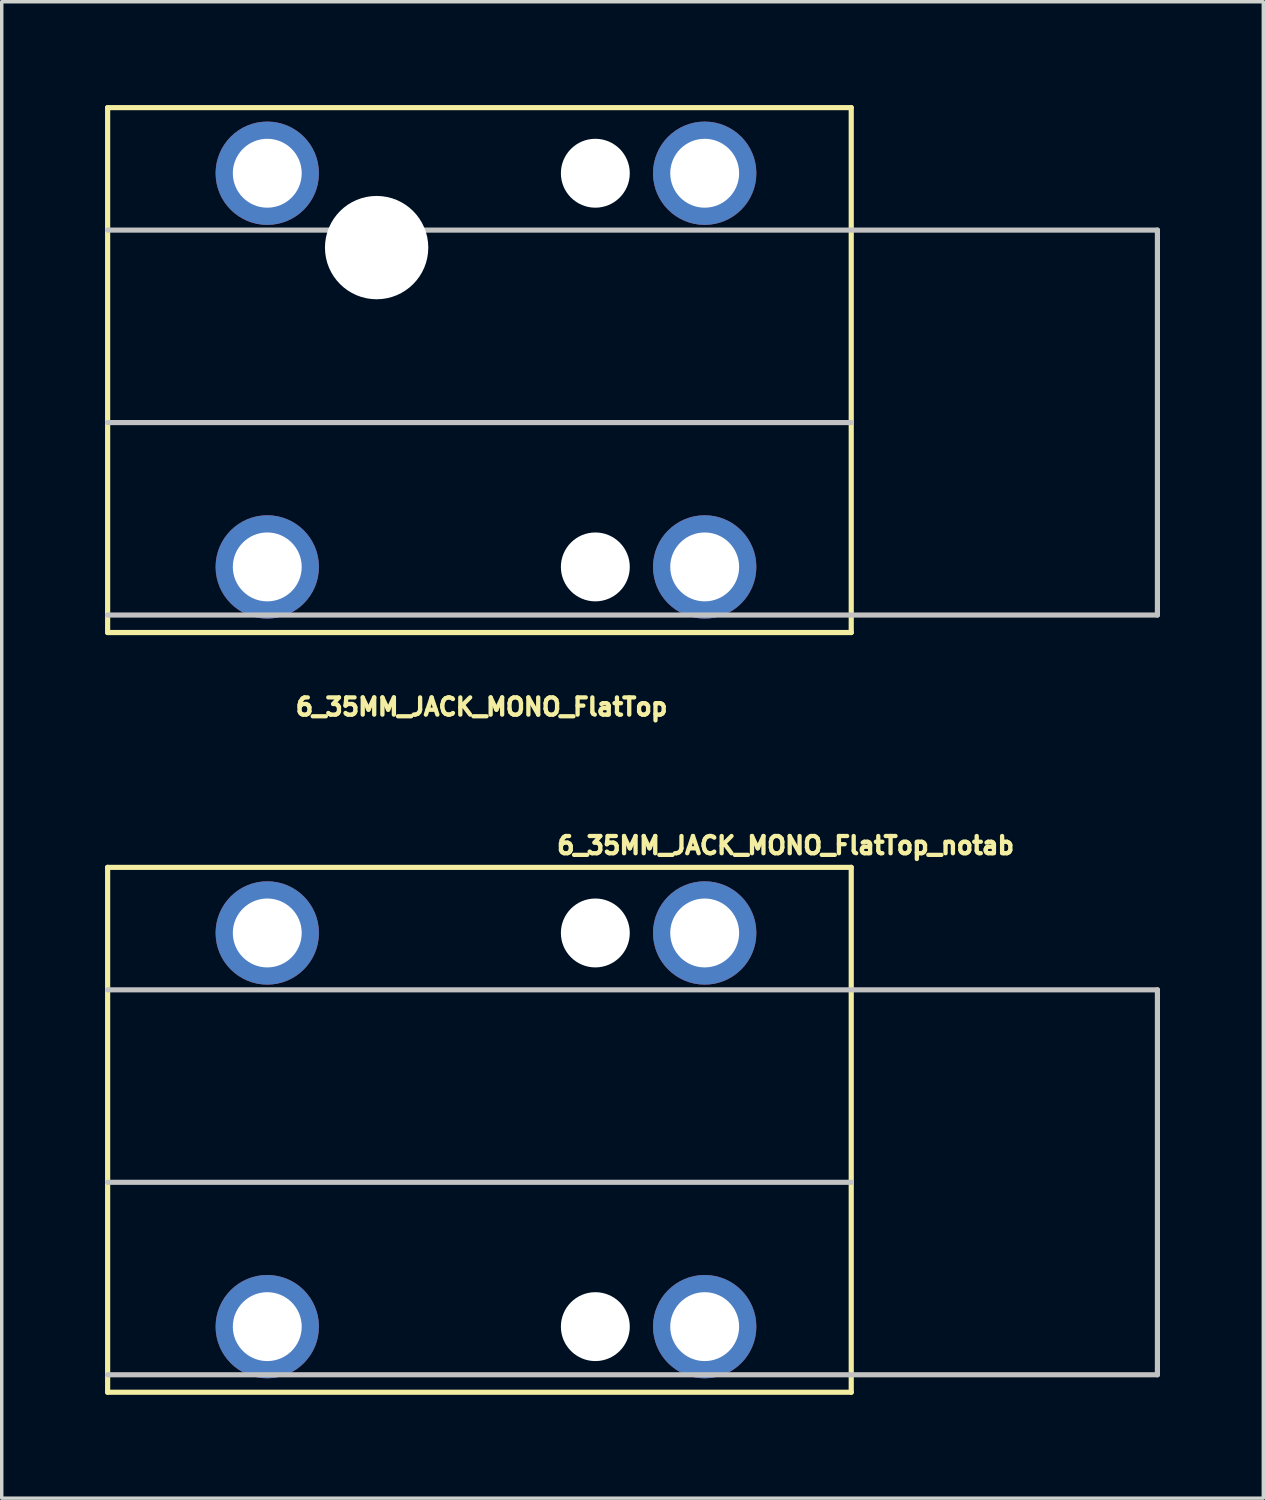
<source format=kicad_pcb>
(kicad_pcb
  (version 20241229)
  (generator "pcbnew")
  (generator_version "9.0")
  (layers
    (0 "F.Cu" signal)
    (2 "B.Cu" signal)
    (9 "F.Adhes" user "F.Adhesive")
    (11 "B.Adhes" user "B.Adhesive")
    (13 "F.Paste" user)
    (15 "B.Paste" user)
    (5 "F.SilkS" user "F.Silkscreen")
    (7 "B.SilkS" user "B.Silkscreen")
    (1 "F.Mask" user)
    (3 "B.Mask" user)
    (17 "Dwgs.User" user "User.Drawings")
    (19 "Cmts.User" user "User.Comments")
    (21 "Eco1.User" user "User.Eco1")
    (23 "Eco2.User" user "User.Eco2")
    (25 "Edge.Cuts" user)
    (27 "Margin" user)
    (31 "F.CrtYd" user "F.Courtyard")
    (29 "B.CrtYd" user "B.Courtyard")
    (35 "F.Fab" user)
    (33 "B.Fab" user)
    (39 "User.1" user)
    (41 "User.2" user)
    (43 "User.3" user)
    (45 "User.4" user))
  (footprint "6_35MM_JACK_MONO_FlatTop_notab"
    (layer "F.Cu")
    (at 10.87 29.753)
    (property "Reference" "6_35MM_JACK_MONO_FlatTop_notab" (at 8.89 -8.255 0) (layer "F.SilkS") (effects (font (size 0.5 0.5) (thickness 0.125))))
    (attr through_hole)
    (fp_line (start -10.795 -7.62) (end -10.795 7.62) (stroke (width 0.15) (type solid)) (layer "F.SilkS"))
    (fp_line (start -10.795 7.62) (end 10.795 7.62) (stroke (width 0.15) (type solid)) (layer "F.SilkS"))
    (fp_line (start 10.795 -7.62) (end -10.795 -7.62) (stroke (width 0.15) (type solid)) (layer "F.SilkS"))
    (fp_line (start 10.795 7.62) (end 10.795 -7.62) (stroke (width 0.15) (type solid)) (layer "F.SilkS"))
    (fp_line (start 10.795 1.524) (end -10.795 1.524) (stroke (width 0.15) (type solid)) (layer "Dwgs.User"))
    (fp_line (start 19.685 -4.064) (end -10.795 -4.064) (stroke (width 0.15) (type solid)) (layer "Dwgs.User"))
    (fp_line (start 19.685 -4.064) (end 19.685 7.112) (stroke (width 0.15) (type solid)) (layer "Dwgs.User"))
    (fp_line (start 19.685 7.112) (end -10.795 7.112) (stroke (width 0.15) (type solid)) (layer "Dwgs.User"))
    (pad "" np_thru_hole circle (at 3.365 -5.715) (size 2 2) (drill 2) (layers "*.Cu" "*.Mask"))
    (pad "" np_thru_hole circle (at 3.365 5.715) (size 2 2) (drill 2) (layers "*.Cu" "*.Mask"))
    (pad "1" thru_hole circle (at -6.16 -5.715) (size 3 3) (drill 2) (layers "*.Cu" "*.Mask"))
    (pad "2" thru_hole circle (at -6.16 5.715) (size 3 3) (drill 2) (layers "*.Cu" "*.Mask"))
    (pad "3" thru_hole circle (at 6.54 5.715) (size 3 3) (drill 2) (layers "*.Cu" "*.Mask"))
    (pad "4" thru_hole circle (at 6.54 -5.715) (size 3 3) (drill 2) (layers "*.Cu" "*.Mask")))
  (footprint "6_35MM_JACK_MONO_FlatTop"
    (layer "F.Cu")
    (at 10.87 7.695)
    (property "Reference" "6_35MM_JACK_MONO_FlatTop" (at 0.064 9.779 0) (layer "F.SilkS") (effects (font (size 0.5 0.5) (thickness 0.125))))
    (attr through_hole)
    (fp_line (start -10.795 -7.62) (end -10.795 7.62) (stroke (width 0.15) (type solid)) (layer "F.SilkS"))
    (fp_line (start -10.795 7.62) (end 10.795 7.62) (stroke (width 0.15) (type solid)) (layer "F.SilkS"))
    (fp_line (start 10.795 -7.62) (end -10.795 -7.62) (stroke (width 0.15) (type solid)) (layer "F.SilkS"))
    (fp_line (start 10.795 7.62) (end 10.795 -7.62) (stroke (width 0.15) (type solid)) (layer "F.SilkS"))
    (fp_line (start 10.795 1.524) (end -10.795 1.524) (stroke (width 0.15) (type solid)) (layer "Dwgs.User"))
    (fp_line (start 19.685 -4.064) (end -10.795 -4.064) (stroke (width 0.15) (type solid)) (layer "Dwgs.User"))
    (fp_line (start 19.685 -4.064) (end 19.685 7.112) (stroke (width 0.15) (type solid)) (layer "Dwgs.User"))
    (fp_line (start 19.685 7.112) (end -10.795 7.112) (stroke (width 0.15) (type solid)) (layer "Dwgs.User"))
    (pad "" np_thru_hole circle (at -2.985 -3.556) (size 3 3) (drill 3) (layers "*.Cu" "*.Mask"))
    (pad "" np_thru_hole circle (at 3.365 -5.715) (size 2 2) (drill 2) (layers "*.Cu" "*.Mask"))
    (pad "" np_thru_hole circle (at 3.365 5.715) (size 2 2) (drill 2) (layers "*.Cu" "*.Mask"))
    (pad "1" thru_hole circle (at -6.16 -5.715) (size 3 3) (drill 2) (layers "*.Cu" "*.Mask"))
    (pad "2" thru_hole circle (at -6.16 5.715) (size 3 3) (drill 2) (layers "*.Cu" "*.Mask"))
    (pad "3" thru_hole circle (at 6.54 5.715) (size 3 3) (drill 2) (layers "*.Cu" "*.Mask"))
    (pad "4" thru_hole circle (at 6.54 -5.715) (size 3 3) (drill 2) (layers "*.Cu" "*.Mask")))
  (gr_rect
    (start -3 -3)
    (end 33.63 40.448)
    (stroke (width 0.1) (type default))
    (fill no)
    (layer "Edge.Cuts")))
</source>
